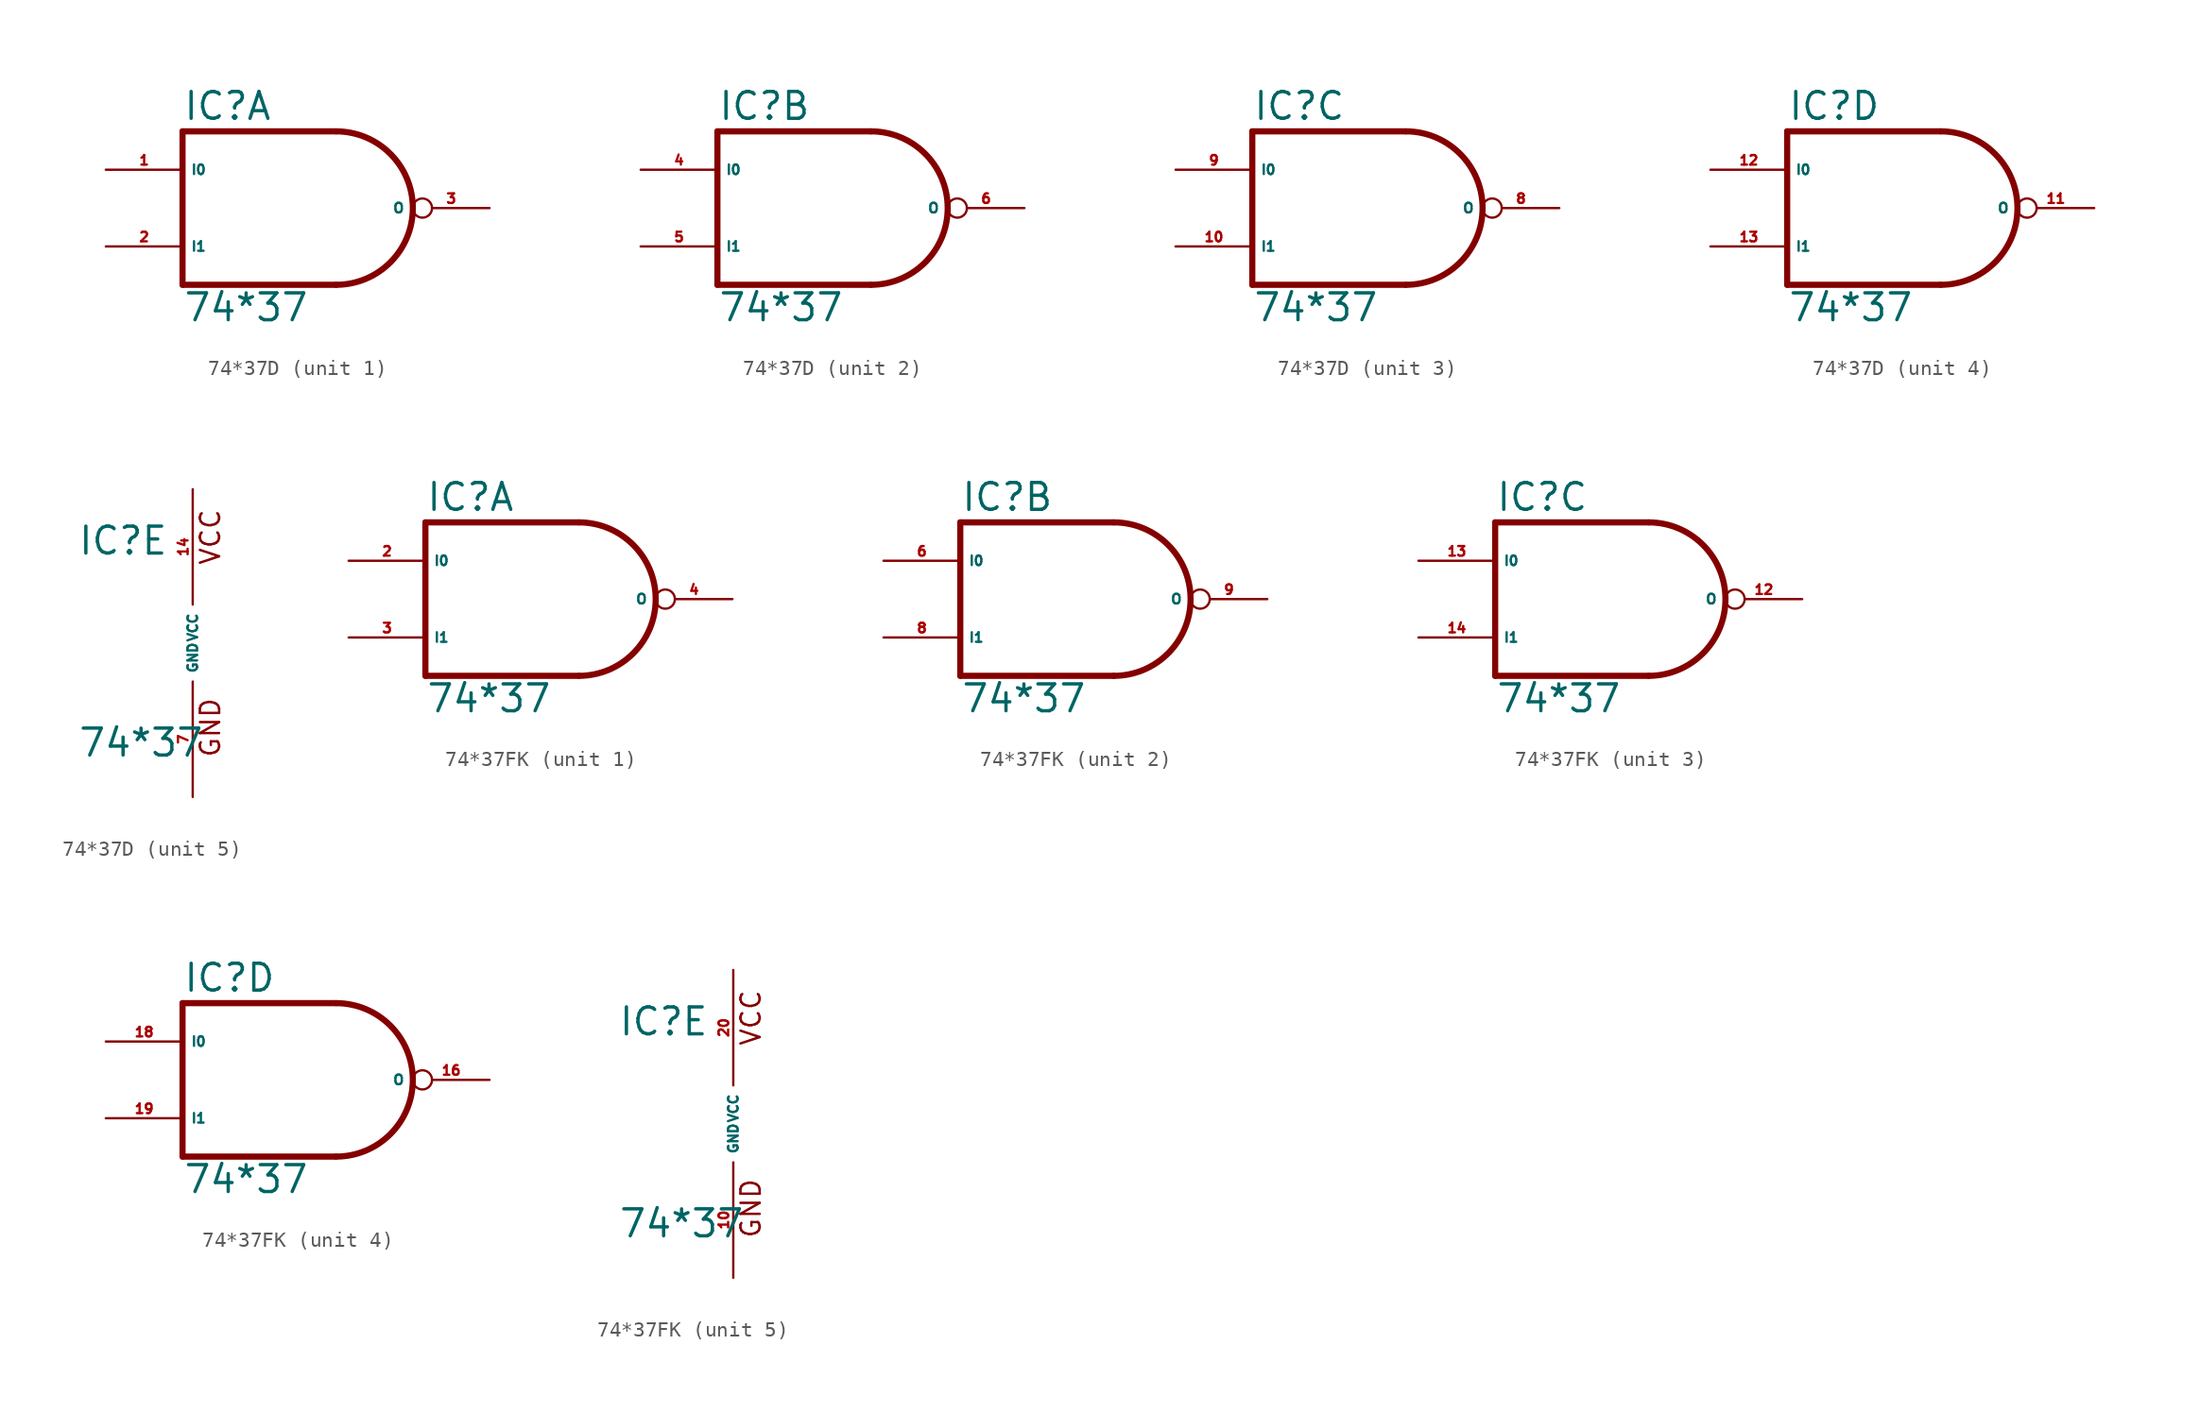
<source format=kicad_sym>
(kicad_symbol_lib
  (version 20220914)
  (generator Eagle2Kicad)
  (symbol "74*37D"
    (property "Reference" "IC"
      (at -7.62 5.715 0)
      (effects (font (size 1.778 1.778) (thickness 0.22)) (justify left bottom)))
    (property "Value" "74*37"
      (at -7.62 -7.62 0)
      (effects (font (size 1.778 1.778) (thickness 0.22)) (justify left bottom)))
    (symbol "74*37D_1_0"
      (polyline (pts (xy 2.54 5.08) (xy -7.62 5.08)) (stroke (width 0.406) (type default)) (fill (type none)))
      (polyline (pts (xy -7.62 5.08) (xy -7.62 -5.08)) (stroke (width 0.406) (type default)) (fill (type none)))
      (polyline (pts (xy -7.62 -5.08) (xy 2.54 -5.08)) (stroke (width 0.406) (type default)) (fill (type none)))
      (arc (start 2.54 -5.08) (mid 7.620 0.000) (end 2.54 5.08) (stroke (width 0.4064) (type default)) (fill (type none)))
      (pin input line (at -12.7 2.54 0) (length 5.08) (name "I0" (effects (font (size 0.635 0.635) (thickness 0.08)) (justify left bottom))) (number "1" (effects (font (size 0.635 0.635) (thickness 0.08)) (justify left bottom))))
      (pin input line (at -12.7 -2.54 0) (length 5.08) (name "I1" (effects (font (size 0.635 0.635) (thickness 0.08)) (justify left bottom))) (number "2" (effects (font (size 0.635 0.635) (thickness 0.08)) (justify left bottom))))
      (pin output inverted (at 12.7 0 180) (length 5.08) (name "O" (effects (font (size 0.635 0.635) (thickness 0.08)) (justify left bottom))) (number "3" (effects (font (size 0.635 0.635) (thickness 0.08)) (justify left bottom)))))
    (symbol "74*37D_2_0"
      (polyline (pts (xy 2.54 5.08) (xy -7.62 5.08)) (stroke (width 0.406) (type default)) (fill (type none)))
      (polyline (pts (xy -7.62 5.08) (xy -7.62 -5.08)) (stroke (width 0.406) (type default)) (fill (type none)))
      (polyline (pts (xy -7.62 -5.08) (xy 2.54 -5.08)) (stroke (width 0.406) (type default)) (fill (type none)))
      (arc (start 2.54 -5.08) (mid 7.620 0.000) (end 2.54 5.08) (stroke (width 0.4064) (type default)) (fill (type none)))
      (pin input line (at -12.7 2.54 0) (length 5.08) (name "I0" (effects (font (size 0.635 0.635) (thickness 0.08)) (justify left bottom))) (number "4" (effects (font (size 0.635 0.635) (thickness 0.08)) (justify left bottom))))
      (pin input line (at -12.7 -2.54 0) (length 5.08) (name "I1" (effects (font (size 0.635 0.635) (thickness 0.08)) (justify left bottom))) (number "5" (effects (font (size 0.635 0.635) (thickness 0.08)) (justify left bottom))))
      (pin output inverted (at 12.7 0 180) (length 5.08) (name "O" (effects (font (size 0.635 0.635) (thickness 0.08)) (justify left bottom))) (number "6" (effects (font (size 0.635 0.635) (thickness 0.08)) (justify left bottom)))))
    (symbol "74*37D_3_0"
      (polyline (pts (xy 2.54 5.08) (xy -7.62 5.08)) (stroke (width 0.406) (type default)) (fill (type none)))
      (polyline (pts (xy -7.62 5.08) (xy -7.62 -5.08)) (stroke (width 0.406) (type default)) (fill (type none)))
      (polyline (pts (xy -7.62 -5.08) (xy 2.54 -5.08)) (stroke (width 0.406) (type default)) (fill (type none)))
      (arc (start 2.54 -5.08) (mid 7.620 0.000) (end 2.54 5.08) (stroke (width 0.4064) (type default)) (fill (type none)))
      (pin input line (at -12.7 2.54 0) (length 5.08) (name "I0" (effects (font (size 0.635 0.635) (thickness 0.08)) (justify left bottom))) (number "9" (effects (font (size 0.635 0.635) (thickness 0.08)) (justify left bottom))))
      (pin input line (at -12.7 -2.54 0) (length 5.08) (name "I1" (effects (font (size 0.635 0.635) (thickness 0.08)) (justify left bottom))) (number "10" (effects (font (size 0.635 0.635) (thickness 0.08)) (justify left bottom))))
      (pin output inverted (at 12.7 0 180) (length 5.08) (name "O" (effects (font (size 0.635 0.635) (thickness 0.08)) (justify left bottom))) (number "8" (effects (font (size 0.635 0.635) (thickness 0.08)) (justify left bottom)))))
    (symbol "74*37D_4_0"
      (polyline (pts (xy 2.54 5.08) (xy -7.62 5.08)) (stroke (width 0.406) (type default)) (fill (type none)))
      (polyline (pts (xy -7.62 5.08) (xy -7.62 -5.08)) (stroke (width 0.406) (type default)) (fill (type none)))
      (polyline (pts (xy -7.62 -5.08) (xy 2.54 -5.08)) (stroke (width 0.406) (type default)) (fill (type none)))
      (arc (start 2.54 -5.08) (mid 7.620 0.000) (end 2.54 5.08) (stroke (width 0.4064) (type default)) (fill (type none)))
      (pin input line (at -12.7 2.54 0) (length 5.08) (name "I0" (effects (font (size 0.635 0.635) (thickness 0.08)) (justify left bottom))) (number "12" (effects (font (size 0.635 0.635) (thickness 0.08)) (justify left bottom))))
      (pin input line (at -12.7 -2.54 0) (length 5.08) (name "I1" (effects (font (size 0.635 0.635) (thickness 0.08)) (justify left bottom))) (number "13" (effects (font (size 0.635 0.635) (thickness 0.08)) (justify left bottom))))
      (pin output inverted (at 12.7 0 180) (length 5.08) (name "O" (effects (font (size 0.635 0.635) (thickness 0.08)) (justify left bottom))) (number "11" (effects (font (size 0.635 0.635) (thickness 0.08)) (justify left bottom)))))
    (symbol "74*37D_5_0"
      (text "GND" (at 1.905 -7.62 900) (effects (font (size 1.27 1.27) (thickness 0.16)) (justify left bottom)))
      (text "VCC" (at 1.905 5.08 900) (effects (font (size 1.27 1.27) (thickness 0.16)) (justify left bottom)))
      (pin unspecified line (at 0 -10.16 90) (length 7.62) (name "GND" (effects (font (size 0.635 0.635) (thickness 0.08)) (justify left bottom))) (number "7" (effects (font (size 0.635 0.635) (thickness 0.08)) (justify left bottom))))
      (pin unspecified line (at 0 10.16 270) (length 7.62) (name "VCC" (effects (font (size 0.635 0.635) (thickness 0.08)) (justify left bottom))) (number "14" (effects (font (size 0.635 0.635) (thickness 0.08)) (justify left bottom))))))
  (symbol "74*37FK"
    (property "Reference" "IC"
      (at -7.62 5.715 0)
      (effects (font (size 1.778 1.778) (thickness 0.22)) (justify left bottom)))
    (property "Value" "74*37"
      (at -7.62 -7.62 0)
      (effects (font (size 1.778 1.778) (thickness 0.22)) (justify left bottom)))
    (symbol "74*37FK_1_0"
      (polyline (pts (xy 2.54 5.08) (xy -7.62 5.08)) (stroke (width 0.406) (type default)) (fill (type none)))
      (polyline (pts (xy -7.62 5.08) (xy -7.62 -5.08)) (stroke (width 0.406) (type default)) (fill (type none)))
      (polyline (pts (xy -7.62 -5.08) (xy 2.54 -5.08)) (stroke (width 0.406) (type default)) (fill (type none)))
      (arc (start 2.54 -5.08) (mid 7.620 0.000) (end 2.54 5.08) (stroke (width 0.4064) (type default)) (fill (type none)))
      (pin input line (at -12.7 2.54 0) (length 5.08) (name "I0" (effects (font (size 0.635 0.635) (thickness 0.08)) (justify left bottom))) (number "2" (effects (font (size 0.635 0.635) (thickness 0.08)) (justify left bottom))))
      (pin input line (at -12.7 -2.54 0) (length 5.08) (name "I1" (effects (font (size 0.635 0.635) (thickness 0.08)) (justify left bottom))) (number "3" (effects (font (size 0.635 0.635) (thickness 0.08)) (justify left bottom))))
      (pin output inverted (at 12.7 0 180) (length 5.08) (name "O" (effects (font (size 0.635 0.635) (thickness 0.08)) (justify left bottom))) (number "4" (effects (font (size 0.635 0.635) (thickness 0.08)) (justify left bottom)))))
    (symbol "74*37FK_2_0"
      (polyline (pts (xy 2.54 5.08) (xy -7.62 5.08)) (stroke (width 0.406) (type default)) (fill (type none)))
      (polyline (pts (xy -7.62 5.08) (xy -7.62 -5.08)) (stroke (width 0.406) (type default)) (fill (type none)))
      (polyline (pts (xy -7.62 -5.08) (xy 2.54 -5.08)) (stroke (width 0.406) (type default)) (fill (type none)))
      (arc (start 2.54 -5.08) (mid 7.620 0.000) (end 2.54 5.08) (stroke (width 0.4064) (type default)) (fill (type none)))
      (pin input line (at -12.7 2.54 0) (length 5.08) (name "I0" (effects (font (size 0.635 0.635) (thickness 0.08)) (justify left bottom))) (number "6" (effects (font (size 0.635 0.635) (thickness 0.08)) (justify left bottom))))
      (pin input line (at -12.7 -2.54 0) (length 5.08) (name "I1" (effects (font (size 0.635 0.635) (thickness 0.08)) (justify left bottom))) (number "8" (effects (font (size 0.635 0.635) (thickness 0.08)) (justify left bottom))))
      (pin output inverted (at 12.7 0 180) (length 5.08) (name "O" (effects (font (size 0.635 0.635) (thickness 0.08)) (justify left bottom))) (number "9" (effects (font (size 0.635 0.635) (thickness 0.08)) (justify left bottom)))))
    (symbol "74*37FK_3_0"
      (polyline (pts (xy 2.54 5.08) (xy -7.62 5.08)) (stroke (width 0.406) (type default)) (fill (type none)))
      (polyline (pts (xy -7.62 5.08) (xy -7.62 -5.08)) (stroke (width 0.406) (type default)) (fill (type none)))
      (polyline (pts (xy -7.62 -5.08) (xy 2.54 -5.08)) (stroke (width 0.406) (type default)) (fill (type none)))
      (arc (start 2.54 -5.08) (mid 7.620 0.000) (end 2.54 5.08) (stroke (width 0.4064) (type default)) (fill (type none)))
      (pin input line (at -12.7 2.54 0) (length 5.08) (name "I0" (effects (font (size 0.635 0.635) (thickness 0.08)) (justify left bottom))) (number "13" (effects (font (size 0.635 0.635) (thickness 0.08)) (justify left bottom))))
      (pin input line (at -12.7 -2.54 0) (length 5.08) (name "I1" (effects (font (size 0.635 0.635) (thickness 0.08)) (justify left bottom))) (number "14" (effects (font (size 0.635 0.635) (thickness 0.08)) (justify left bottom))))
      (pin output inverted (at 12.7 0 180) (length 5.08) (name "O" (effects (font (size 0.635 0.635) (thickness 0.08)) (justify left bottom))) (number "12" (effects (font (size 0.635 0.635) (thickness 0.08)) (justify left bottom)))))
    (symbol "74*37FK_4_0"
      (polyline (pts (xy 2.54 5.08) (xy -7.62 5.08)) (stroke (width 0.406) (type default)) (fill (type none)))
      (polyline (pts (xy -7.62 5.08) (xy -7.62 -5.08)) (stroke (width 0.406) (type default)) (fill (type none)))
      (polyline (pts (xy -7.62 -5.08) (xy 2.54 -5.08)) (stroke (width 0.406) (type default)) (fill (type none)))
      (arc (start 2.54 -5.08) (mid 7.620 0.000) (end 2.54 5.08) (stroke (width 0.4064) (type default)) (fill (type none)))
      (pin input line (at -12.7 2.54 0) (length 5.08) (name "I0" (effects (font (size 0.635 0.635) (thickness 0.08)) (justify left bottom))) (number "18" (effects (font (size 0.635 0.635) (thickness 0.08)) (justify left bottom))))
      (pin input line (at -12.7 -2.54 0) (length 5.08) (name "I1" (effects (font (size 0.635 0.635) (thickness 0.08)) (justify left bottom))) (number "19" (effects (font (size 0.635 0.635) (thickness 0.08)) (justify left bottom))))
      (pin output inverted (at 12.7 0 180) (length 5.08) (name "O" (effects (font (size 0.635 0.635) (thickness 0.08)) (justify left bottom))) (number "16" (effects (font (size 0.635 0.635) (thickness 0.08)) (justify left bottom)))))
    (symbol "74*37FK_5_0"
      (text "GND" (at 1.905 -7.62 900) (effects (font (size 1.27 1.27) (thickness 0.16)) (justify left bottom)))
      (text "VCC" (at 1.905 5.08 900) (effects (font (size 1.27 1.27) (thickness 0.16)) (justify left bottom)))
      (pin unspecified line (at 0 -10.16 90) (length 7.62) (name "GND" (effects (font (size 0.635 0.635) (thickness 0.08)) (justify left bottom))) (number "10" (effects (font (size 0.635 0.635) (thickness 0.08)) (justify left bottom))))
      (pin unspecified line (at 0 10.16 270) (length 7.62) (name "VCC" (effects (font (size 0.635 0.635) (thickness 0.08)) (justify left bottom))) (number "20" (effects (font (size 0.635 0.635) (thickness 0.08)) (justify left bottom)))))))
</source>
